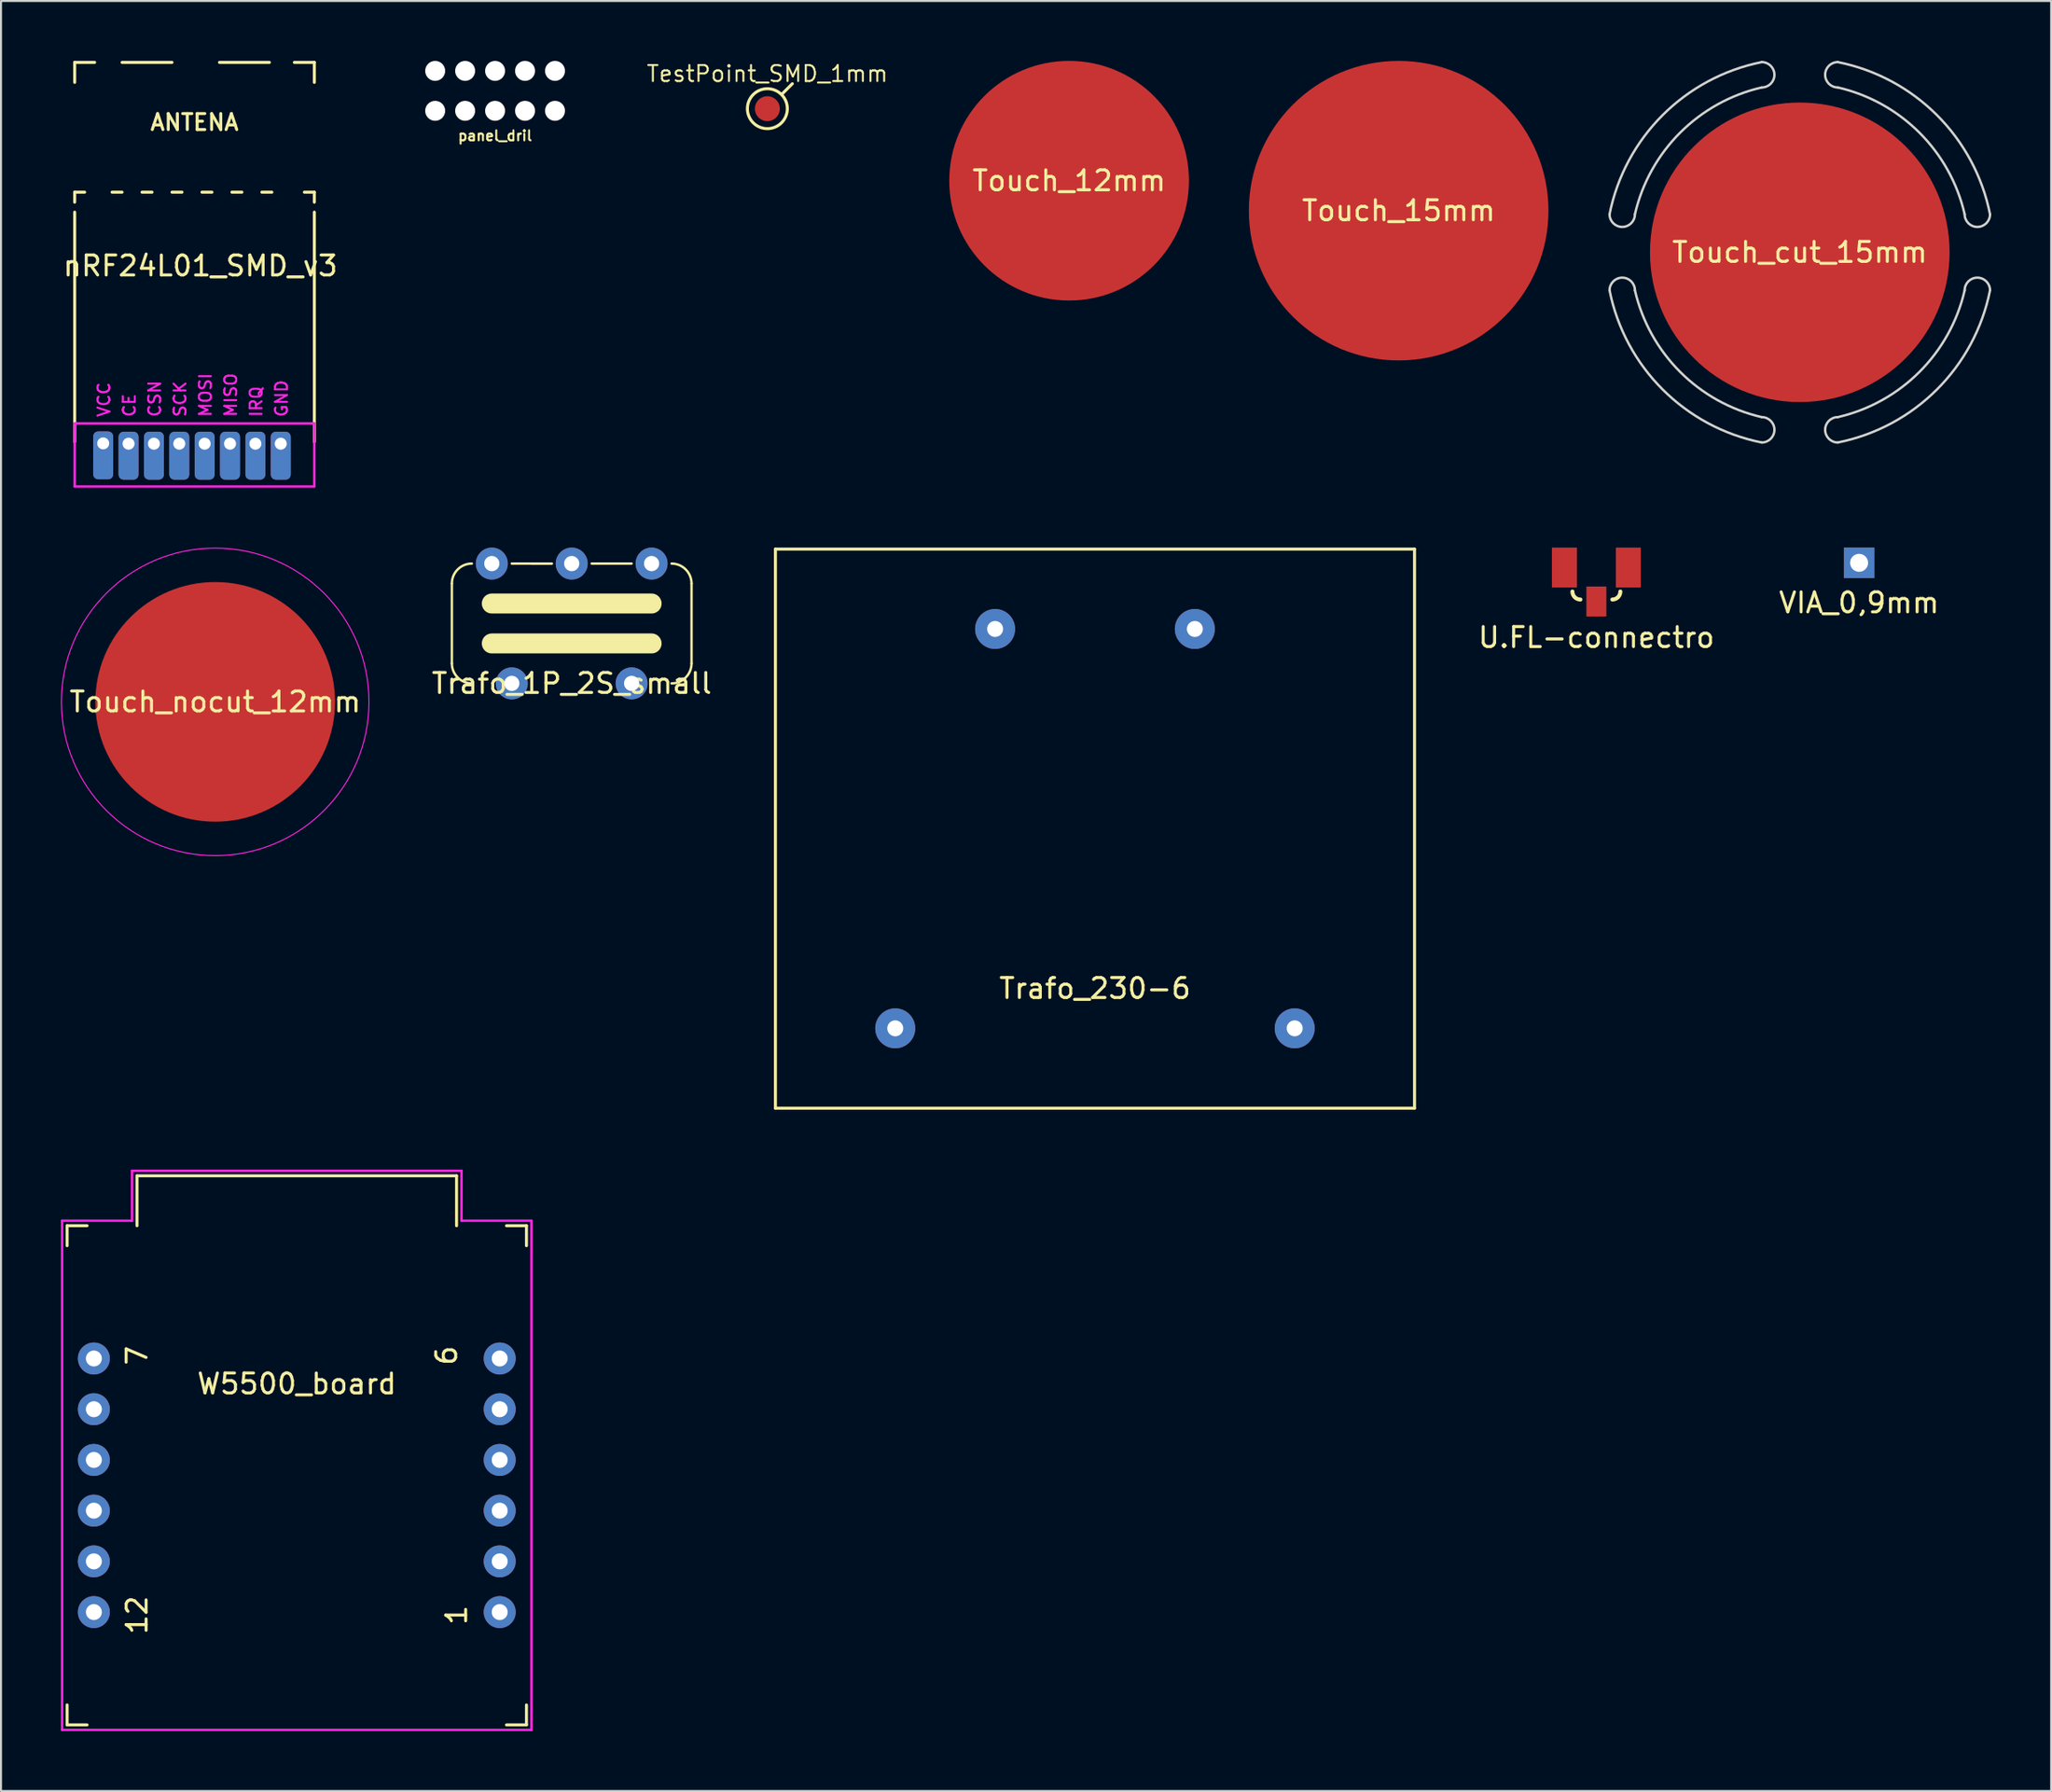
<source format=kicad_pcb>
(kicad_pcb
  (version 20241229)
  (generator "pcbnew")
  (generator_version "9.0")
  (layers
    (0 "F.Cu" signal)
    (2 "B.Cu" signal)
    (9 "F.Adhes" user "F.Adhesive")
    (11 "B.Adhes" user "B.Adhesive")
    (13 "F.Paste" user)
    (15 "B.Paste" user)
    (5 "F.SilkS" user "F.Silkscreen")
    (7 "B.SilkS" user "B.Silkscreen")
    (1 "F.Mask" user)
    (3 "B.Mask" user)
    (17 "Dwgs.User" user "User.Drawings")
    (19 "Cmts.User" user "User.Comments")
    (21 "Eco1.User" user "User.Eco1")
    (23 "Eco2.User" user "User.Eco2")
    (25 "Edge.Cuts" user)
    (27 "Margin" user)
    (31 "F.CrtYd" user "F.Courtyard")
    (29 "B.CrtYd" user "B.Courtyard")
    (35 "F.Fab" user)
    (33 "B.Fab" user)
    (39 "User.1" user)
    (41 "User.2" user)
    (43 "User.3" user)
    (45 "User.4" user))
  (footprint "Touch_nocut_12mm"
    (layer "F.Cu")
    (at 7.725 32.099)
    (property "Reference" "Touch_nocut_12mm" (at 0 0 0) (unlocked yes) (layer "F.SilkS") (effects (font (size 1 1) (thickness 0.15))))
    (attr smd)
    (fp_circle (center 0 0) (end 7.7 0) (stroke (width 0.05) (type default)) (fill no) (layer "F.CrtYd"))
    (pad "1" smd circle (at 0 0) (size 12 12) (layers "F.Cu")))
  (footprint "Trafo_230-6"
    (layer "F.Cu")
    (at 51.775 38.449)
    (property "Reference" "Trafo_230-6" (at 0 8 0) (layer "F.SilkS") (effects (font (size 1 1) (thickness 0.15))))
    (attr through_hole)
    (fp_line (start -16 -14) (end 16 -14) (stroke (width 0.15) (type solid)) (layer "F.SilkS"))
    (fp_line (start -16 14) (end -16 -14) (stroke (width 0.15) (type solid)) (layer "F.SilkS"))
    (fp_line (start 16 -14) (end 16 14) (stroke (width 0.15) (type solid)) (layer "F.SilkS"))
    (fp_line (start 16 14) (end -16 14) (stroke (width 0.15) (type solid)) (layer "F.SilkS"))
    (pad "1" thru_hole circle (at -10 10) (size 2 2) (drill 0.8) (layers "*.Cu" "*.Mask"))
    (pad "2" thru_hole circle (at 10 10) (size 2 2) (drill 0.8) (layers "*.Cu" "*.Mask"))
    (pad "3" thru_hole circle (at 5 -10) (size 2 2) (drill 0.8) (layers "*.Cu" "*.Mask"))
    (pad "4" thru_hole circle (at -5 -10) (size 2 2) (drill 0.8) (layers "*.Cu" "*.Mask")))
  (footprint "W5500_board"
    (layer "F.Cu")
    (at 11.81 71.334)
    (property "Reference" "W5500_board" (at 0 -5.08 0) (layer "F.SilkS") (effects (font (size 1 1) (thickness 0.15))))
    (attr through_hole)
    (fp_line (start -11.5 -13) (end -11.5 -12) (stroke (width 0.15) (type solid)) (layer "F.SilkS"))
    (fp_line (start -11.5 12) (end -11.5 11) (stroke (width 0.15) (type solid)) (layer "F.SilkS"))
    (fp_line (start -11.5 12) (end -10.5 12) (stroke (width 0.15) (type solid)) (layer "F.SilkS"))
    (fp_line (start -10.5 -13) (end -11.5 -13) (stroke (width 0.15) (type solid)) (layer "F.SilkS"))
    (fp_line (start -8 -15.5) (end 8 -15.5) (stroke (width 0.15) (type solid)) (layer "F.SilkS"))
    (fp_line (start -8 -13) (end -8 -15.5) (stroke (width 0.15) (type solid)) (layer "F.SilkS"))
    (fp_line (start 8 -13) (end 8 -15.5) (stroke (width 0.15) (type solid)) (layer "F.SilkS"))
    (fp_line (start 11.5 -13) (end 10.5 -13) (stroke (width 0.15) (type solid)) (layer "F.SilkS"))
    (fp_line (start 11.5 -13) (end 11.5 -12) (stroke (width 0.15) (type solid)) (layer "F.SilkS"))
    (fp_line (start 11.5 12) (end 10.5 12) (stroke (width 0.15) (type solid)) (layer "F.SilkS"))
    (fp_line (start 11.5 12) (end 11.5 11) (stroke (width 0.15) (type solid)) (layer "F.SilkS"))
    (fp_line (start -11.75 -13.25) (end -8.25 -13.25) (stroke (width 0.12) (type solid)) (layer "F.CrtYd"))
    (fp_line (start -11.75 12.25) (end -11.75 -13.25) (stroke (width 0.12) (type solid)) (layer "F.CrtYd"))
    (fp_line (start -8.25 -15.75) (end 8.25 -15.75) (stroke (width 0.12) (type solid)) (layer "F.CrtYd"))
    (fp_line (start -8.25 -13.25) (end -8.25 -15.75) (stroke (width 0.12) (type solid)) (layer "F.CrtYd"))
    (fp_line (start 8.25 -15.75) (end 8.25 -13.25) (stroke (width 0.12) (type solid)) (layer "F.CrtYd"))
    (fp_line (start 8.25 -13.25) (end 11.75 -13.25) (stroke (width 0.12) (type solid)) (layer "F.CrtYd"))
    (fp_line (start 11.75 -13.25) (end 11.75 12.25) (stroke (width 0.12) (type solid)) (layer "F.CrtYd"))
    (fp_line (start 11.75 12.25) (end -11.75 12.25) (stroke (width 0.12) (type solid)) (layer "F.CrtYd"))
    (fp_text user "7" (at -8 -6.5 270) (layer "F.SilkS") (effects (font (size 1 1) (thickness 0.15))))
    (fp_text user "1" (at 8 6.5 270) (layer "F.SilkS") (effects (font (size 1 1) (thickness 0.15))))
    (fp_text user "6" (at 7.5 -6.5 270) (layer "F.SilkS") (effects (font (size 1 1) (thickness 0.15))))
    (fp_text user "12" (at -8 6.5 270) (layer "F.SilkS") (effects (font (size 1 1) (thickness 0.15))))
    (pad "1" thru_hole circle (at 10.16 6.35) (size 1.6 1.6) (drill 0.8) (layers "*.Cu" "*.Mask"))
    (pad "2" thru_hole circle (at 10.16 3.81) (size 1.6 1.6) (drill 0.8) (layers "*.Cu" "*.Mask"))
    (pad "3" thru_hole circle (at 10.16 1.27) (size 1.6 1.6) (drill 0.8) (layers "*.Cu" "*.Mask"))
    (pad "4" thru_hole circle (at 10.16 -1.27) (size 1.6 1.6) (drill 0.8) (layers "*.Cu" "*.Mask"))
    (pad "5" thru_hole circle (at 10.16 -3.81) (size 1.6 1.6) (drill 0.8) (layers "*.Cu" "*.Mask"))
    (pad "6" thru_hole circle (at 10.16 -6.35) (size 1.6 1.6) (drill 0.8) (layers "*.Cu" "*.Mask"))
    (pad "7" thru_hole circle (at -10.16 -6.35) (size 1.6 1.6) (drill 0.8) (layers "*.Cu" "*.Mask"))
    (pad "8" thru_hole circle (at -10.16 -3.81) (size 1.6 1.6) (drill 0.8) (layers "*.Cu" "*.Mask"))
    (pad "9" thru_hole circle (at -10.16 -1.27) (size 1.6 1.6) (drill 0.8) (layers "*.Cu" "*.Mask"))
    (pad "10" thru_hole circle (at -10.16 1.27) (size 1.6 1.6) (drill 0.8) (layers "*.Cu" "*.Mask"))
    (pad "11" thru_hole circle (at -10.16 3.81) (size 1.6 1.6) (drill 0.8) (layers "*.Cu" "*.Mask"))
    (pad "12" thru_hole circle (at -10.16 6.35) (size 1.6 1.6) (drill 0.8) (layers "*.Cu" "*.Mask")))
  (footprint "nRF24L01_SMD_v3"
    (layer "F.Cu")
    (at 6.689 13.075)
    (property "Reference" "nRF24L01_SMD_v3" (at 0.293 -2.81 0) (unlocked yes) (layer "F.SilkS") (effects (font (size 1 1) (thickness 0.15))))
    (attr smd)
    (fp_line (start -6 -13) (end -5 -13) (stroke (width 0.15) (type solid)) (layer "F.SilkS"))
    (fp_line (start -6 -12) (end -6 -13) (stroke (width 0.15) (type solid)) (layer "F.SilkS"))
    (fp_line (start -6 -6.5) (end -5.5 -6.5) (stroke (width 0.15) (type solid)) (layer "F.SilkS"))
    (fp_line (start -6 -6) (end -6 -6.5) (stroke (width 0.15) (type solid)) (layer "F.SilkS"))
    (fp_line (start -6 6) (end -6 -5.5) (stroke (width 0.15) (type solid)) (layer "F.SilkS"))
    (fp_line (start -4.127 -6.5) (end -3.627 -6.5) (stroke (width 0.15) (type solid)) (layer "F.SilkS"))
    (fp_line (start -3.627 -13) (end -1.127 -13) (stroke (width 0.15) (type solid)) (layer "F.SilkS"))
    (fp_line (start -2.627 -6.5) (end -2.127 -6.5) (stroke (width 0.15) (type solid)) (layer "F.SilkS"))
    (fp_line (start -1.127 -6.5) (end -0.627 -6.5) (stroke (width 0.15) (type solid)) (layer "F.SilkS"))
    (fp_line (start 0.373 -6.5) (end 0.873 -6.5) (stroke (width 0.15) (type solid)) (layer "F.SilkS"))
    (fp_line (start 1.25 -13) (end 3.75 -13) (stroke (width 0.15) (type solid)) (layer "F.SilkS"))
    (fp_line (start 1.873 -6.5) (end 2.373 -6.5) (stroke (width 0.15) (type solid)) (layer "F.SilkS"))
    (fp_line (start 3.373 -6.5) (end 3.873 -6.5) (stroke (width 0.15) (type solid)) (layer "F.SilkS"))
    (fp_line (start 5 -13) (end 6 -13) (stroke (width 0.15) (type solid)) (layer "F.SilkS"))
    (fp_line (start 5.5 -6.5) (end 6 -6.5) (stroke (width 0.15) (type solid)) (layer "F.SilkS"))
    (fp_line (start 6 -13) (end 6 -12) (stroke (width 0.15) (type solid)) (layer "F.SilkS"))
    (fp_line (start 6 -6.5) (end 6 -6) (stroke (width 0.15) (type solid)) (layer "F.SilkS"))
    (fp_line (start 6 -5.5) (end 6 6) (stroke (width 0.15) (type solid)) (layer "F.SilkS"))
    (fp_line (start -6 5.08) (end 6 5.08) (stroke (width 0.12) (type solid)) (layer "F.CrtYd"))
    (fp_line (start -6 8.239) (end -6 5.08) (stroke (width 0.12) (type solid)) (layer "F.CrtYd"))
    (fp_line (start 6 5.08) (end 6 8.239) (stroke (width 0.12) (type solid)) (layer "F.CrtYd"))
    (fp_line (start 6 8.239) (end -6 8.239) (stroke (width 0.12) (type solid)) (layer "F.CrtYd"))
    (fp_text user "ANTENA" (at 0 -10 0) (layer "F.SilkS") (effects (font (size 0.8 0.8) (thickness 0.15))))
    (fp_text user "MISO" (at 1.817 4.81 90) (layer "F.CrtYd") (effects (font (size 0.6 0.6) (thickness 0.1)) (justify left)))
    (fp_text user "MOSI" (at 0.547 4.81 90) (layer "F.CrtYd") (effects (font (size 0.6 0.6) (thickness 0.1)) (justify left)))
    (fp_text user "IRQ" (at 3.087 4.81 90) (layer "F.CrtYd") (effects (font (size 0.6 0.6) (thickness 0.1)) (justify left)))
    (fp_text user "GND" (at 4.357 4.81 90) (layer "F.CrtYd") (effects (font (size 0.6 0.6) (thickness 0.1)) (justify left)))
    (fp_text user "VCC" (at -4.533 4.81 90) (layer "F.CrtYd") (effects (font (size 0.6 0.6) (thickness 0.1)) (justify left)))
    (fp_text user "CSN" (at -1.993 4.81 90) (layer "F.CrtYd") (effects (font (size 0.6 0.6) (thickness 0.1)) (justify left)))
    (fp_text user "CE" (at -3.263 4.81 90) (layer "F.CrtYd") (effects (font (size 0.6 0.6) (thickness 0.1)) (justify left)))
    (fp_text user "SCK" (at -0.723 4.81 90) (layer "F.CrtYd") (effects (font (size 0.6 0.6) (thickness 0.1)) (justify left)))
    (pad "1" thru_hole roundrect (at 4.318 6.096) (size 1 2.4) (drill 0.6 (offset 0 0.6)) (layers "*.Cu" "*.Mask") (roundrect_rratio 0.25))
    (pad "2" thru_hole roundrect (at -4.572 6.08) (size 1 2.4) (drill 0.6 (offset 0 0.6)) (layers "*.Cu" "*.Mask") (roundrect_rratio 0.25))
    (pad "3" thru_hole roundrect (at -3.302 6.096) (size 1 2.4) (drill 0.6 (offset 0 0.6)) (layers "*.Cu" "*.Mask") (roundrect_rratio 0.25))
    (pad "4" thru_hole roundrect (at -2.032 6.096) (size 1 2.4) (drill 0.6 (offset 0 0.6)) (layers "*.Cu" "*.Mask") (roundrect_rratio 0.25))
    (pad "5" thru_hole roundrect (at -0.762 6.096) (size 1 2.4) (drill 0.6 (offset 0 0.6)) (layers "*.Cu" "*.Mask") (roundrect_rratio 0.25))
    (pad "6" thru_hole roundrect (at 0.508 6.096) (size 1 2.4) (drill 0.6 (offset 0 0.6)) (layers "*.Cu" "*.Mask") (roundrect_rratio 0.25))
    (pad "7" thru_hole roundrect (at 1.778 6.096) (size 1 2.4) (drill 0.6 (offset 0 0.6)) (layers "*.Cu" "*.Mask") (roundrect_rratio 0.25))
    (pad "8" thru_hole roundrect (at 3.048 6.096) (size 1 2.4) (drill 0.6 (offset 0 0.6)) (layers "*.Cu" "*.Mask") (roundrect_rratio 0.25)))
  (footprint "VIA_0,9mm"
    (layer "F.Cu")
    (at 90.035 25.136)
    (property "Reference" "VIA_0,9mm" (at 0 2 0) (layer "F.SilkS") (effects (font (size 1 1) (thickness 0.15))))
    (attr through_hole)
    (pad "1" thru_hole rect (at 0 0) (size 1.524 1.524) (drill 0.9) (layers "*.Cu" "*.Mask")))
  (footprint "Trafo_1P_2S_small"
    (layer "F.Cu")
    (at 25.575 28.174)
    (property "Reference" "Trafo_1P_2S_small" (at 0 3 0) (layer "F.SilkS") (effects (font (size 1 1) (thickness 0.15))))
    (attr through_hole)
    (fp_line (start -6 -2) (end -6 2) (stroke (width 0.12) (type solid)) (layer "F.SilkS"))
    (fp_line (start -4 -1) (end 4 -1) (stroke (width 1) (type solid)) (layer "F.SilkS"))
    (fp_line (start -4 1) (end 4 1) (stroke (width 1) (type solid)) (layer "F.SilkS"))
    (fp_line (start -3 -3) (end -1 -3) (stroke (width 0.12) (type solid)) (layer "F.SilkS"))
    (fp_line (start -1 -3) (end -2 -3) (stroke (width 0.12) (type solid)) (layer "F.SilkS"))
    (fp_line (start 1 -3) (end 3 -3) (stroke (width 0.12) (type solid)) (layer "F.SilkS"))
    (fp_line (start 6 -2) (end 6 2) (stroke (width 0.12) (type solid)) (layer "F.SilkS"))
    (fp_arc (start -6 -2) (mid -5.707107 -2.707107) (end -5 -3) (stroke (width 0.12) (type solid)) (layer "F.SilkS"))
    (fp_arc (start -5 3) (mid -5.707107 2.707107) (end -6 2) (stroke (width 0.12) (type solid)) (layer "F.SilkS"))
    (fp_arc (start 5 -3) (mid 5.707107 -2.707107) (end 6 -2) (stroke (width 0.12) (type solid)) (layer "F.SilkS"))
    (fp_arc (start 6 2) (mid 5.707107 2.707107) (end 5 3) (stroke (width 0.12) (type solid)) (layer "F.SilkS"))
    (pad "1" thru_hole circle (at -4 -3) (size 1.6 1.6) (drill 0.762) (layers "*.Cu" "*.Mask"))
    (pad "2" thru_hole circle (at 0 -3) (size 1.6 1.6) (drill 0.762) (layers "*.Cu" "*.Mask"))
    (pad "3" thru_hole circle (at 4 -3) (size 1.6 1.6) (drill 0.762) (layers "*.Cu" "*.Mask"))
    (pad "4" thru_hole circle (at -3 3) (size 1.6 1.6) (drill 0.762) (layers "*.Cu" "*.Mask"))
    (pad "5" thru_hole circle (at 3 3) (size 1.6 1.6) (drill 0.762) (layers "*.Cu" "*.Mask")))
  (footprint "Touch_15mm"
    (layer "F.Cu")
    (at 66.98 7.5)
    (property "Reference" "Touch_15mm" (at 0 0 0) (unlocked yes) (layer "F.SilkS") (effects (font (size 1 1) (thickness 0.15))))
    (attr smd)
    (pad "1" smd circle (at 0 0) (size 15 15) (layers "F.Cu")))
  (footprint "Touch_12mm"
    (layer "F.Cu")
    (at 50.48 6)
    (property "Reference" "Touch_12mm" (at 0 0 0) (unlocked yes) (layer "F.SilkS") (effects (font (size 1 1) (thickness 0.15))))
    (attr smd)
    (pad "1" smd circle (at 0 0) (size 12 12) (layers "F.Cu")))
  (footprint "U.FL-connectro"
    (layer "F.Cu")
    (at 76.88 25.374)
    (property "Reference" "U.FL-connectro" (at 0 3.5 0) (layer "F.SilkS") (effects (font (size 1 1) (thickness 0.15))))
    (attr through_hole)
    (fp_arc (start -0.8 1.6) (mid -1.082843 1.482843) (end -1.2 1.2) (stroke (width 0.2) (type solid)) (layer "F.SilkS"))
    (fp_arc (start 1.2 1.2) (mid 1.082843 1.482843) (end 0.8 1.6) (stroke (width 0.2) (type solid)) (layer "F.SilkS"))
    (pad "1" smd rect (at 0 1.7) (size 1 1.5) (layers "F.Cu" "F.Mask" "F.Paste"))
    (pad "2" smd rect (at -1.6 0) (size 1.25 2) (layers "F.Cu" "F.Mask" "F.Paste"))
    (pad "2" smd rect (at 1.6 0) (size 1.25 2) (layers "F.Cu" "F.Mask" "F.Paste")))
  (footprint "panel_dril"
    (layer "F.Cu")
    (at 21.739 1.5)
    (property "Reference" "panel_dril" (at 0 2.25 0) (layer "F.SilkS") (effects (font (size 0.5 0.5) (thickness 0.1))))
    (attr through_hole)
    (fp_arc (start -4.75 -1) (mid -3.75 0) (end -4.75 1) (stroke (width 0.05) (type solid)) (layer "Eco1.User"))
    (fp_arc (start 4.5 1) (mid 3.5 0) (end 4.5 -1) (stroke (width 0.05) (type solid)) (layer "Eco1.User"))
    (pad "" np_thru_hole circle (at -3 -1) (size 1 1) (drill 1) (layers "*.Cu" "*.Mask"))
    (pad "" np_thru_hole circle (at -3 1) (size 1 1) (drill 1) (layers "*.Cu" "*.Mask"))
    (pad "" np_thru_hole circle (at -1.5 -1) (size 1 1) (drill 1) (layers "*.Cu" "*.Mask"))
    (pad "" np_thru_hole circle (at -1.5 1) (size 1 1) (drill 1) (layers "*.Cu" "*.Mask"))
    (pad "" np_thru_hole circle (at 0 -1) (size 1 1) (drill 1) (layers "*.Cu" "*.Mask"))
    (pad "" np_thru_hole circle (at 0 1) (size 1 1) (drill 1) (layers "*.Cu" "*.Mask"))
    (pad "" np_thru_hole circle (at 1.5 -1) (size 1 1) (drill 1) (layers "*.Cu" "*.Mask"))
    (pad "" np_thru_hole circle (at 1.5 1) (size 1 1) (drill 1) (layers "*.Cu" "*.Mask"))
    (pad "" np_thru_hole circle (at 3 -1) (size 1 1) (drill 1) (layers "*.Cu" "*.Mask"))
    (pad "" np_thru_hole circle (at 3 1) (size 1 1) (drill 1) (layers "*.Cu" "*.Mask")))
  (footprint "TestPoint_SMD_1mm"
    (layer "F.Cu")
    (at 35.372 2.393)
    (property "Reference" "TestPoint_SMD_1mm" (at 0 -1.75 0) (layer "F.SilkS") (effects (font (size 0.8 0.8) (thickness 0.1))))
    (attr smd)
    (fp_line (start 0.75 -0.75) (end 1.25 -1.25) (stroke (width 0.15) (type solid)) (layer "F.SilkS"))
    (fp_circle (center 0 0) (end 1 0) (stroke (width 0.15) (type solid)) (fill no) (layer "F.SilkS"))
    (pad "1" smd circle (at 0 0) (size 1.25 1.25) (layers "F.Cu" "F.Mask" "F.Paste")))
  (footprint "Touch_cut_15mm"
    (layer "F.Cu")
    (at 87.065 9.585)
    (property "Reference" "Touch_cut_15mm" (at 0 0 0) (unlocked yes) (layer "F.SilkS") (effects (font (size 1 1) (thickness 0.15))))
    (attr smd)
    (fp_arc (start -9.525 -1.905) (mid -6.868575 -6.868575) (end -1.905 -9.525) (stroke (width 0.12) (type solid)) (layer "Edge.Cuts"))
    (fp_arc (start -9.525 1.905) (mid -8.89 1.27) (end -8.255 1.905) (stroke (width 0.12) (type solid)) (layer "Edge.Cuts"))
    (fp_arc (start -8.255 -1.905) (mid -8.89 -1.27) (end -9.525 -1.905) (stroke (width 0.12) (type solid)) (layer "Edge.Cuts"))
    (fp_arc (start -8.254999 -1.905) (mid -5.990577 -5.990577) (end -1.905 -8.254999) (stroke (width 0.12) (type solid)) (layer "Edge.Cuts"))
    (fp_arc (start -1.905 -9.525) (mid -1.27 -8.89) (end -1.905 -8.255) (stroke (width 0.12) (type solid)) (layer "Edge.Cuts"))
    (fp_arc (start -1.905 8.254999) (mid -5.990577 5.990577) (end -8.254999 1.905) (stroke (width 0.12) (type solid)) (layer "Edge.Cuts"))
    (fp_arc (start -1.905 8.255) (mid -1.27 8.89) (end -1.905 9.525) (stroke (width 0.12) (type solid)) (layer "Edge.Cuts"))
    (fp_arc (start -1.905 9.525) (mid -6.868575 6.868575) (end -9.525 1.905) (stroke (width 0.12) (type solid)) (layer "Edge.Cuts"))
    (fp_arc (start 1.905 -9.525) (mid 6.868575 -6.868575) (end 9.525 -1.905) (stroke (width 0.12) (type solid)) (layer "Edge.Cuts"))
    (fp_arc (start 1.905 -8.255) (mid 1.27 -8.89) (end 1.905 -9.525) (stroke (width 0.12) (type solid)) (layer "Edge.Cuts"))
    (fp_arc (start 1.905 -8.254999) (mid 5.990577 -5.990577) (end 8.254999 -1.905) (stroke (width 0.12) (type solid)) (layer "Edge.Cuts"))
    (fp_arc (start 1.905 9.525) (mid 1.27 8.89) (end 1.905 8.255) (stroke (width 0.12) (type solid)) (layer "Edge.Cuts"))
    (fp_arc (start 8.254999 1.905) (mid 5.990577 5.990577) (end 1.905 8.254999) (stroke (width 0.12) (type solid)) (layer "Edge.Cuts"))
    (fp_arc (start 8.255 1.905) (mid 8.89 1.27) (end 9.525 1.905) (stroke (width 0.12) (type solid)) (layer "Edge.Cuts"))
    (fp_arc (start 9.525 -1.905) (mid 8.89 -1.27) (end 8.255 -1.905) (stroke (width 0.12) (type solid)) (layer "Edge.Cuts"))
    (fp_arc (start 9.525 1.905) (mid 6.868575 6.868575) (end 1.905 9.525) (stroke (width 0.12) (type solid)) (layer "Edge.Cuts"))
    (pad "1" smd circle (at 0 0) (size 15 15) (layers "F.Cu")))
  (gr_rect
    (start -3 -3)
    (end 99.65 86.644)
    (stroke (width 0.1) (type default))
    (fill no)
    (layer "Edge.Cuts")))
</source>
